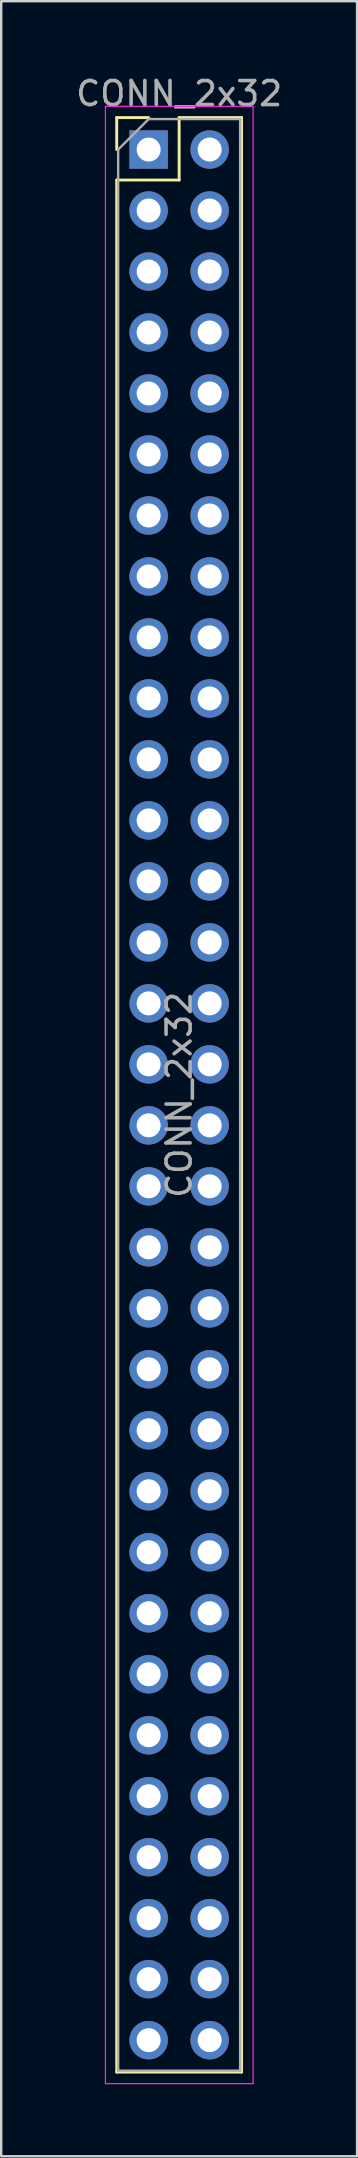
<source format=kicad_pcb>
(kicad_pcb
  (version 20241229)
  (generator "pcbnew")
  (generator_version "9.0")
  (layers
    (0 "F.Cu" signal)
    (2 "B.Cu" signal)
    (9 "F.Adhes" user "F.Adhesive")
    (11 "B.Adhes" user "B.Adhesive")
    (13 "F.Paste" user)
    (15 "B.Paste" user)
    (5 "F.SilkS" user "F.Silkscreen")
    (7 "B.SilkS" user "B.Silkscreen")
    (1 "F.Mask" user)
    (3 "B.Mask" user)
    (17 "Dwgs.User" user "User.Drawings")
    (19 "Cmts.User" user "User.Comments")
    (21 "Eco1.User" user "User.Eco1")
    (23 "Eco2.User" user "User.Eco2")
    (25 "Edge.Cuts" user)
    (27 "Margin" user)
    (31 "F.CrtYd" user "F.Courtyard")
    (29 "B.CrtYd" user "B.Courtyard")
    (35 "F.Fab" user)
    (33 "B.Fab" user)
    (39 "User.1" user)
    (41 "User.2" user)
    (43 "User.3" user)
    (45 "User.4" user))
  (footprint "CONN_2x32"
    (layer "F.Cu")
    (at 3.141 3.178)
    (property "Reference" "CONN_2x32" (at 1.27 -2.33 0) (layer "F.Fab") (effects (font (size 1 1) (thickness 0.15))))
    (attr through_hole)
    (fp_line (start -1.33 -1.33) (end 0 -1.33) (stroke (width 0.12) (type solid)) (layer "F.SilkS"))
    (fp_line (start -1.33 0) (end -1.33 -1.33) (stroke (width 0.12) (type solid)) (layer "F.SilkS"))
    (fp_line (start -1.33 1.27) (end -1.33 80.07) (stroke (width 0.12) (type solid)) (layer "F.SilkS"))
    (fp_line (start -1.33 1.27) (end 1.27 1.27) (stroke (width 0.12) (type solid)) (layer "F.SilkS"))
    (fp_line (start -1.33 80.07) (end 3.87 80.07) (stroke (width 0.12) (type solid)) (layer "F.SilkS"))
    (fp_line (start 1.27 -1.33) (end 3.87 -1.33) (stroke (width 0.12) (type solid)) (layer "F.SilkS"))
    (fp_line (start 1.27 1.27) (end 1.27 -1.33) (stroke (width 0.12) (type solid)) (layer "F.SilkS"))
    (fp_line (start 3.87 -1.33) (end 3.87 80.07) (stroke (width 0.12) (type solid)) (layer "F.SilkS"))
    (fp_line (start -1.8 -1.8) (end -1.8 80.55) (stroke (width 0.05) (type solid)) (layer "F.CrtYd"))
    (fp_line (start -1.8 80.55) (end 4.35 80.55) (stroke (width 0.05) (type solid)) (layer "F.CrtYd"))
    (fp_line (start 4.35 -1.8) (end -1.8 -1.8) (stroke (width 0.05) (type solid)) (layer "F.CrtYd"))
    (fp_line (start 4.35 80.55) (end 4.35 -1.8) (stroke (width 0.05) (type solid)) (layer "F.CrtYd"))
    (fp_line (start -1.27 0) (end 0 -1.27) (stroke (width 0.1) (type solid)) (layer "F.Fab"))
    (fp_line (start -1.27 80.01) (end -1.27 0) (stroke (width 0.1) (type solid)) (layer "F.Fab"))
    (fp_line (start 0 -1.27) (end 3.81 -1.27) (stroke (width 0.1) (type solid)) (layer "F.Fab"))
    (fp_line (start 3.81 -1.27) (end 3.81 80.01) (stroke (width 0.1) (type solid)) (layer "F.Fab"))
    (fp_line (start 3.81 80.01) (end -1.27 80.01) (stroke (width 0.1) (type solid)) (layer "F.Fab"))
    (fp_text user "${REFERENCE}" (at 1.27 39.37 90) (layer "F.Fab") (effects (font (size 1 1) (thickness 0.15))))
    (pad "a1" thru_hole rect (at 0 0) (size 1.6 1.6) (drill 1) (layers "*.Cu" "*.Mask"))
    (pad "a2" thru_hole oval (at 0 2.54) (size 1.6 1.6) (drill 1) (layers "*.Cu" "*.Mask"))
    (pad "a3" thru_hole oval (at 0 5.08) (size 1.6 1.6) (drill 1) (layers "*.Cu" "*.Mask"))
    (pad "a4" thru_hole oval (at 0 7.62) (size 1.6 1.6) (drill 1) (layers "*.Cu" "*.Mask"))
    (pad "a5" thru_hole oval (at 0 10.16) (size 1.6 1.6) (drill 1) (layers "*.Cu" "*.Mask"))
    (pad "a6" thru_hole oval (at 0 12.7) (size 1.6 1.6) (drill 1) (layers "*.Cu" "*.Mask"))
    (pad "a7" thru_hole oval (at 0 15.24) (size 1.6 1.6) (drill 1) (layers "*.Cu" "*.Mask"))
    (pad "a8" thru_hole oval (at 0 17.78) (size 1.6 1.6) (drill 1) (layers "*.Cu" "*.Mask"))
    (pad "a9" thru_hole oval (at 0 20.32) (size 1.6 1.6) (drill 1) (layers "*.Cu" "*.Mask"))
    (pad "a10" thru_hole oval (at 0 22.86) (size 1.6 1.6) (drill 1) (layers "*.Cu" "*.Mask"))
    (pad "a11" thru_hole oval (at 0 25.4) (size 1.6 1.6) (drill 1) (layers "*.Cu" "*.Mask"))
    (pad "a12" thru_hole oval (at 0 27.94) (size 1.6 1.6) (drill 1) (layers "*.Cu" "*.Mask"))
    (pad "a13" thru_hole oval (at 0 30.48) (size 1.6 1.6) (drill 1) (layers "*.Cu" "*.Mask"))
    (pad "a14" thru_hole oval (at 0 33.02) (size 1.6 1.6) (drill 1) (layers "*.Cu" "*.Mask"))
    (pad "a15" thru_hole oval (at 0 35.56) (size 1.6 1.6) (drill 1) (layers "*.Cu" "*.Mask"))
    (pad "a16" thru_hole oval (at 0 38.1) (size 1.6 1.6) (drill 1) (layers "*.Cu" "*.Mask"))
    (pad "a17" thru_hole oval (at 0 40.64) (size 1.6 1.6) (drill 1) (layers "*.Cu" "*.Mask"))
    (pad "a18" thru_hole oval (at 0 43.18) (size 1.6 1.6) (drill 1) (layers "*.Cu" "*.Mask"))
    (pad "a19" thru_hole oval (at 0 45.72) (size 1.6 1.6) (drill 1) (layers "*.Cu" "*.Mask"))
    (pad "a20" thru_hole oval (at 0 48.26) (size 1.6 1.6) (drill 1) (layers "*.Cu" "*.Mask"))
    (pad "a21" thru_hole oval (at 0 50.8) (size 1.6 1.6) (drill 1) (layers "*.Cu" "*.Mask"))
    (pad "a22" thru_hole oval (at 0 53.34) (size 1.6 1.6) (drill 1) (layers "*.Cu" "*.Mask"))
    (pad "a23" thru_hole oval (at 0 55.88) (size 1.6 1.6) (drill 1) (layers "*.Cu" "*.Mask"))
    (pad "a24" thru_hole oval (at 0 58.42) (size 1.6 1.6) (drill 1) (layers "*.Cu" "*.Mask"))
    (pad "a25" thru_hole oval (at 0 60.96) (size 1.6 1.6) (drill 1) (layers "*.Cu" "*.Mask"))
    (pad "a26" thru_hole oval (at 0 63.5) (size 1.6 1.6) (drill 1) (layers "*.Cu" "*.Mask"))
    (pad "a27" thru_hole oval (at 0 66.04) (size 1.6 1.6) (drill 1) (layers "*.Cu" "*.Mask"))
    (pad "a28" thru_hole oval (at 0 68.58) (size 1.6 1.6) (drill 1) (layers "*.Cu" "*.Mask"))
    (pad "a29" thru_hole oval (at 0 71.12) (size 1.6 1.6) (drill 1) (layers "*.Cu" "*.Mask"))
    (pad "a30" thru_hole oval (at 0 73.66) (size 1.6 1.6) (drill 1) (layers "*.Cu" "*.Mask"))
    (pad "a31" thru_hole oval (at 0 76.2) (size 1.6 1.6) (drill 1) (layers "*.Cu" "*.Mask"))
    (pad "a32" thru_hole oval (at 0 78.74) (size 1.6 1.6) (drill 1) (layers "*.Cu" "*.Mask"))
    (pad "b1" thru_hole oval (at 2.54 0) (size 1.6 1.6) (drill 1) (layers "*.Cu" "*.Mask"))
    (pad "b2" thru_hole oval (at 2.54 2.54) (size 1.6 1.6) (drill 1) (layers "*.Cu" "*.Mask"))
    (pad "b3" thru_hole oval (at 2.54 5.08) (size 1.6 1.6) (drill 1) (layers "*.Cu" "*.Mask"))
    (pad "b4" thru_hole oval (at 2.54 7.62) (size 1.6 1.6) (drill 1) (layers "*.Cu" "*.Mask"))
    (pad "b5" thru_hole oval (at 2.54 10.16) (size 1.6 1.6) (drill 1) (layers "*.Cu" "*.Mask"))
    (pad "b6" thru_hole oval (at 2.54 12.7) (size 1.6 1.6) (drill 1) (layers "*.Cu" "*.Mask"))
    (pad "b7" thru_hole oval (at 2.54 15.24) (size 1.6 1.6) (drill 1) (layers "*.Cu" "*.Mask"))
    (pad "b8" thru_hole oval (at 2.54 17.78) (size 1.6 1.6) (drill 1) (layers "*.Cu" "*.Mask"))
    (pad "b9" thru_hole oval (at 2.54 20.32) (size 1.6 1.6) (drill 1) (layers "*.Cu" "*.Mask"))
    (pad "b10" thru_hole oval (at 2.54 22.86) (size 1.6 1.6) (drill 1) (layers "*.Cu" "*.Mask"))
    (pad "b11" thru_hole oval (at 2.54 25.4) (size 1.6 1.6) (drill 1) (layers "*.Cu" "*.Mask"))
    (pad "b12" thru_hole oval (at 2.54 27.94) (size 1.6 1.6) (drill 1) (layers "*.Cu" "*.Mask"))
    (pad "b13" thru_hole oval (at 2.54 30.48) (size 1.6 1.6) (drill 1) (layers "*.Cu" "*.Mask"))
    (pad "b14" thru_hole oval (at 2.54 33.02) (size 1.6 1.6) (drill 1) (layers "*.Cu" "*.Mask"))
    (pad "b15" thru_hole oval (at 2.54 35.56) (size 1.6 1.6) (drill 1) (layers "*.Cu" "*.Mask"))
    (pad "b16" thru_hole oval (at 2.54 38.1) (size 1.6 1.6) (drill 1) (layers "*.Cu" "*.Mask"))
    (pad "b17" thru_hole oval (at 2.54 40.64) (size 1.6 1.6) (drill 1) (layers "*.Cu" "*.Mask"))
    (pad "b18" thru_hole oval (at 2.54 43.18) (size 1.6 1.6) (drill 1) (layers "*.Cu" "*.Mask"))
    (pad "b19" thru_hole oval (at 2.54 45.72) (size 1.6 1.6) (drill 1) (layers "*.Cu" "*.Mask"))
    (pad "b20" thru_hole oval (at 2.54 48.26) (size 1.6 1.6) (drill 1) (layers "*.Cu" "*.Mask"))
    (pad "b21" thru_hole oval (at 2.54 50.8) (size 1.6 1.6) (drill 1) (layers "*.Cu" "*.Mask"))
    (pad "b22" thru_hole oval (at 2.54 53.34) (size 1.6 1.6) (drill 1) (layers "*.Cu" "*.Mask"))
    (pad "b23" thru_hole oval (at 2.54 55.88) (size 1.6 1.6) (drill 1) (layers "*.Cu" "*.Mask"))
    (pad "b24" thru_hole oval (at 2.54 58.42) (size 1.6 1.6) (drill 1) (layers "*.Cu" "*.Mask"))
    (pad "b25" thru_hole oval (at 2.54 60.96) (size 1.6 1.6) (drill 1) (layers "*.Cu" "*.Mask"))
    (pad "b26" thru_hole oval (at 2.54 63.5) (size 1.6 1.6) (drill 1) (layers "*.Cu" "*.Mask"))
    (pad "b27" thru_hole oval (at 2.54 66.04) (size 1.6 1.6) (drill 1) (layers "*.Cu" "*.Mask"))
    (pad "b28" thru_hole oval (at 2.54 68.58) (size 1.6 1.6) (drill 1) (layers "*.Cu" "*.Mask"))
    (pad "b29" thru_hole oval (at 2.54 71.12) (size 1.6 1.6) (drill 1) (layers "*.Cu" "*.Mask"))
    (pad "b30" thru_hole oval (at 2.54 73.66) (size 1.6 1.6) (drill 1) (layers "*.Cu" "*.Mask"))
    (pad "b31" thru_hole oval (at 2.54 76.2) (size 1.6 1.6) (drill 1) (layers "*.Cu" "*.Mask"))
    (pad "b32" thru_hole oval (at 2.54 78.74) (size 1.6 1.6) (drill 1) (layers "*.Cu" "*.Mask")))
  (gr_rect
    (start -3 -3)
    (end 11.821 86.753)
    (stroke (width 0.1) (type default))
    (fill no)
    (layer "Edge.Cuts")))
</source>
